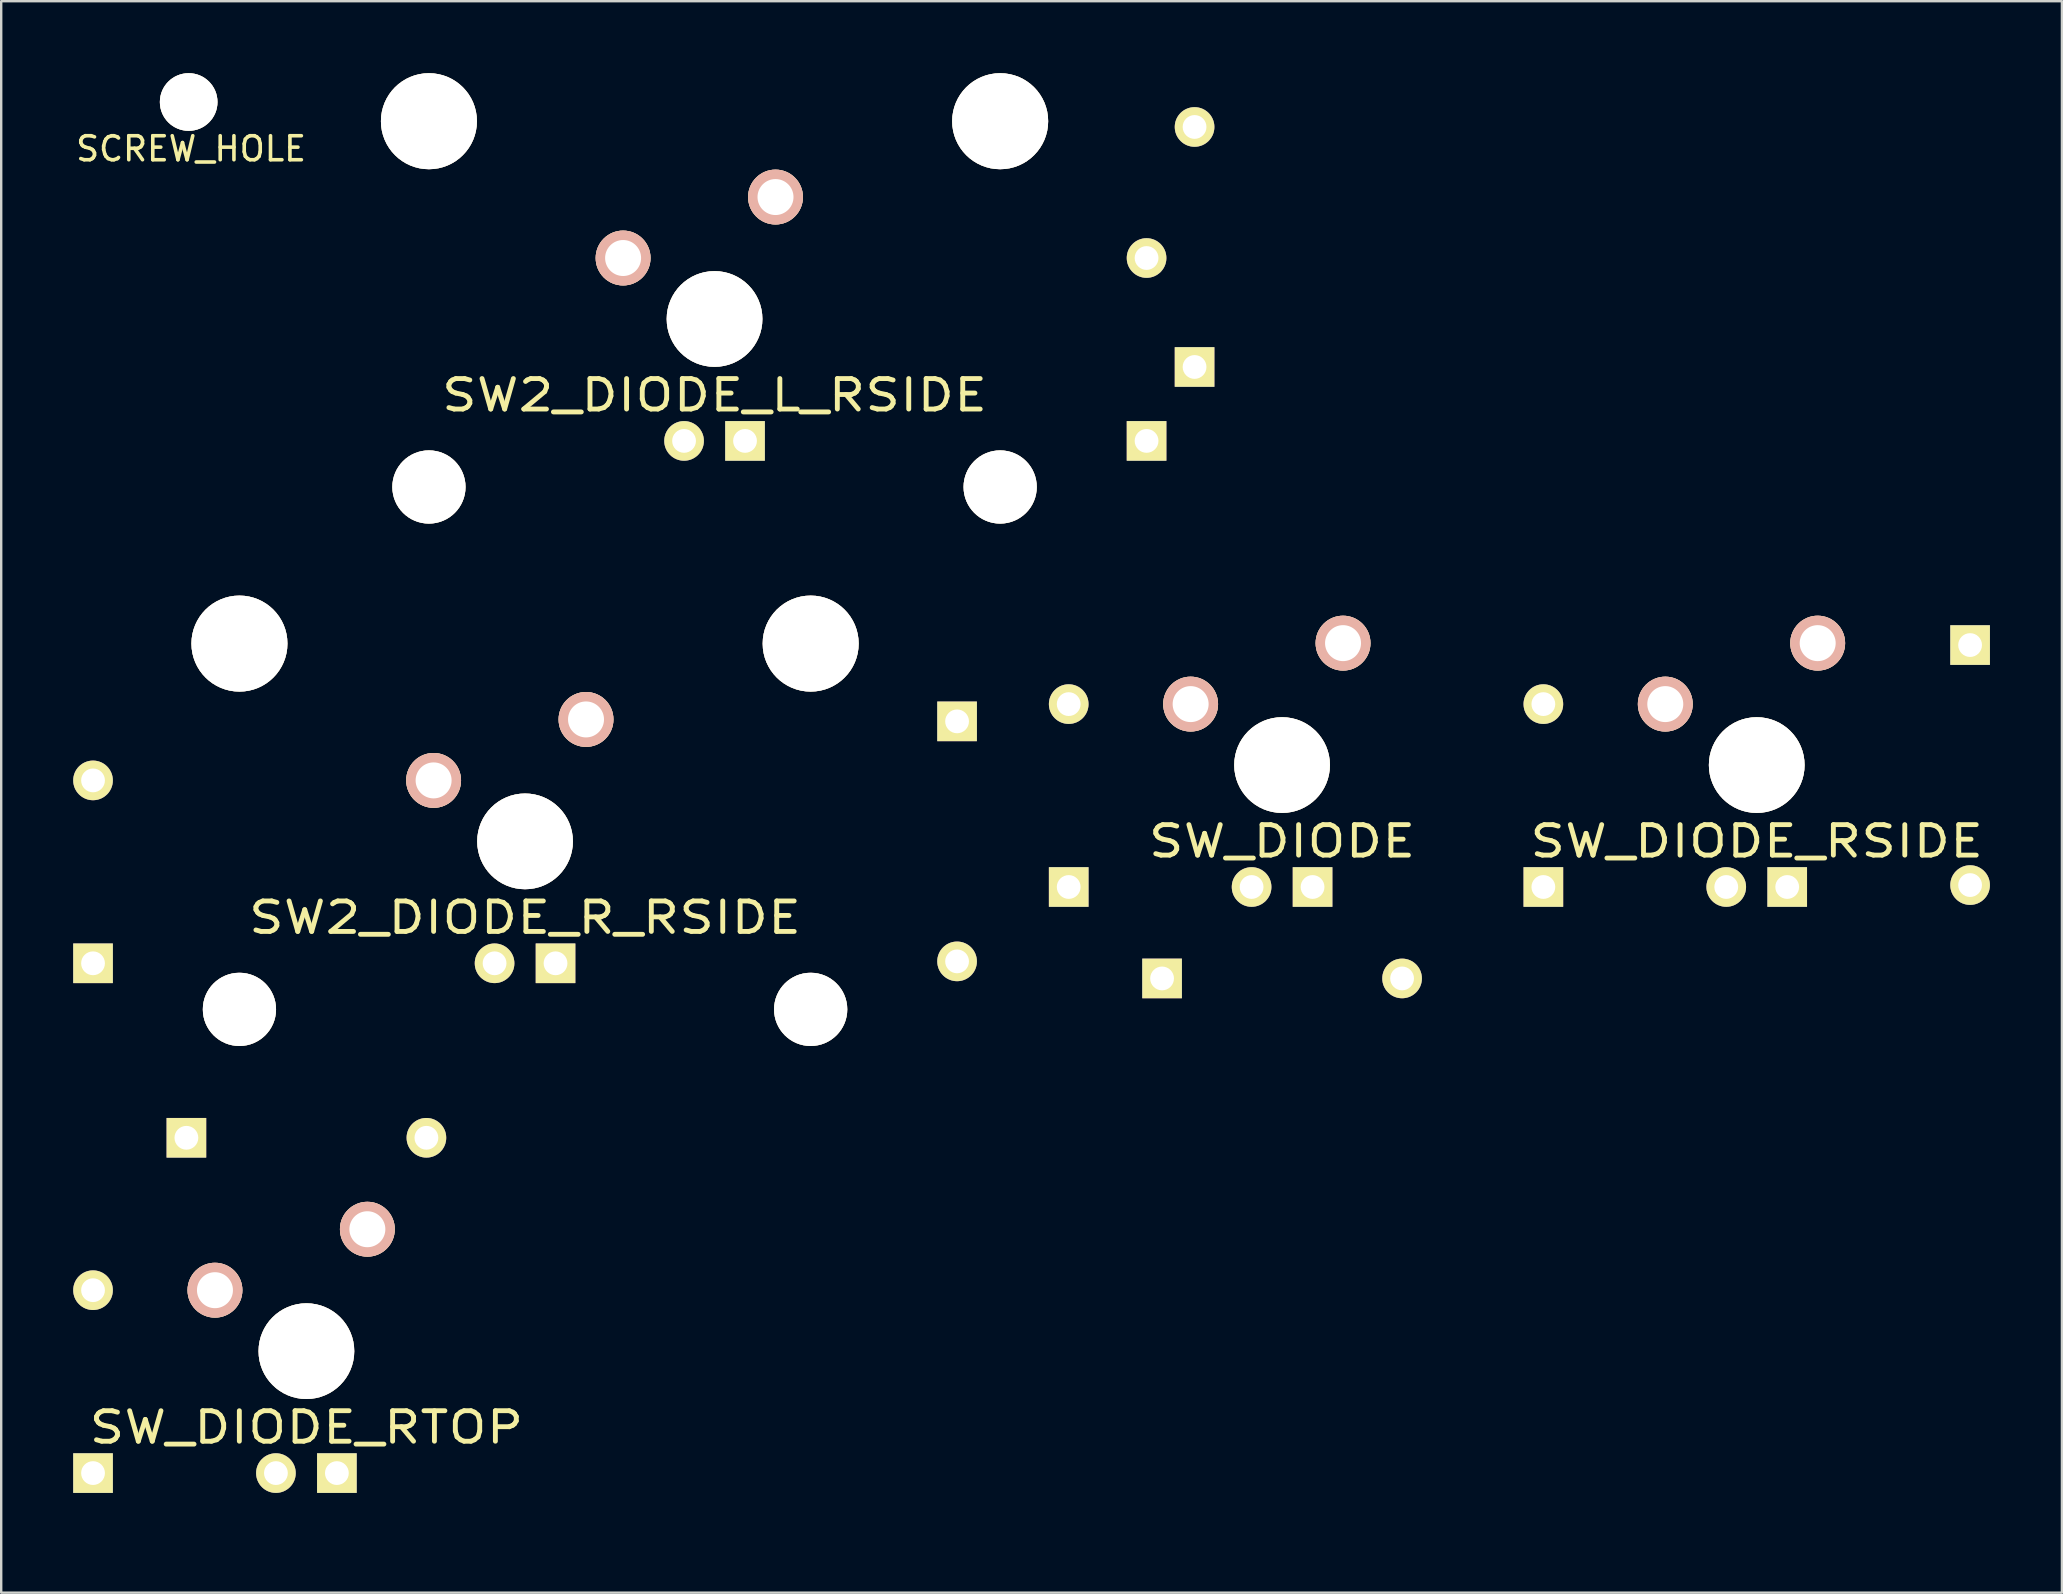
<source format=kicad_pcb>
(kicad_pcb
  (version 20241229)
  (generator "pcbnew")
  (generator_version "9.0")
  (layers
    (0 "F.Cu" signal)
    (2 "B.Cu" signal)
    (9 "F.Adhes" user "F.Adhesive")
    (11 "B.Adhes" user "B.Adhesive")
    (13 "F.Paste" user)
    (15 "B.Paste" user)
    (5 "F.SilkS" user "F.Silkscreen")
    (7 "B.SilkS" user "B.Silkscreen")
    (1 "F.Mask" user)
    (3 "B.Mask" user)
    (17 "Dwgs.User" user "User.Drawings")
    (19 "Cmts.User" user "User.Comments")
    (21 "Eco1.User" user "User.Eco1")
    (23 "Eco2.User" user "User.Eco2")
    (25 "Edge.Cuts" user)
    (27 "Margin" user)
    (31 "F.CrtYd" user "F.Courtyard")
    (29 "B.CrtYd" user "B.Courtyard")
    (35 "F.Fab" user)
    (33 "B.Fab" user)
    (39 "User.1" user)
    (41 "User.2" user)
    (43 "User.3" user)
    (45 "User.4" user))
  (footprint "SW2_DIODE_L_RSIDE"
    (layer "F.Cu")
    (at 26.721 10.24)
    (property "Reference" "SW2_DIODE_L_RSIDE" (at 0 3.175 0) (layer "F.SilkS") (effects (font (size 1.27 1.524) (thickness 0.203))))
    (attr through_hole)
    (fp_line (start -6.985 -6.985) (end 6.985 -6.985) (stroke (width 0.152) (type solid)) (layer "Eco2.User"))
    (fp_line (start -6.985 6.985) (end -6.985 -6.985) (stroke (width 0.152) (type solid)) (layer "Eco2.User"))
    (fp_line (start 6.985 -6.985) (end 6.985 6.985) (stroke (width 0.152) (type solid)) (layer "Eco2.User"))
    (fp_line (start 6.985 6.985) (end -6.985 6.985) (stroke (width 0.152) (type solid)) (layer "Eco2.User"))
    (pad "1" thru_hole circle (at 2.54 -5.08) (size 2.286 2.286) (drill 1.499) (layers "*.Cu" "*.SilkS" "*.Mask"))
    (pad "2" thru_hole circle (at -3.81 -2.54) (size 2.286 2.286) (drill 1.499) (layers "*.Cu" "*.SilkS" "*.Mask"))
    (pad "3" thru_hole circle (at 18 -2.54) (size 1.651 1.651) (drill 0.991) (layers "*.Cu" "*.Mask" "F.SilkS"))
    (pad "4" thru_hole rect (at 18 5.08) (size 1.651 1.651) (drill 0.991) (layers "*.Cu" "*.Mask" "F.SilkS"))
    (pad "5" thru_hole circle (at 20 -8) (size 1.651 1.651) (drill 0.991) (layers "*.Cu" "*.Mask" "F.SilkS"))
    (pad "6" thru_hole rect (at 20 2) (size 1.651 1.651) (drill 0.991) (layers "*.Cu" "*.Mask" "F.SilkS"))
    (pad "7" thru_hole circle (at -1.27 5.08) (size 1.651 1.651) (drill 0.991) (layers "*.Cu" "*.Mask" "F.SilkS"))
    (pad "8" thru_hole rect (at 1.27 5.08) (size 1.651 1.651) (drill 0.991) (layers "*.Cu" "*.Mask" "F.SilkS"))
    (pad "HOLE" thru_hole circle (at -11.9 -8.24) (size 4 4) (drill 4) (layers "*.Cu" "*.Mask" "F.SilkS"))
    (pad "HOLE" thru_hole circle (at -11.9 7) (size 3.05 3.05) (drill 3.05) (layers "*.Cu" "*.Mask" "F.SilkS"))
    (pad "HOLE" thru_hole circle (at 0 0) (size 3.988 3.988) (drill 3.988) (layers "*.Cu" "*.Mask" "F.SilkS"))
    (pad "HOLE" thru_hole circle (at 11.9 -8.24) (size 4 4) (drill 4) (layers "*.Cu" "*.Mask" "F.SilkS"))
    (pad "HOLE" thru_hole circle (at 11.9 7) (size 3.05 3.05) (drill 3.05) (layers "*.Cu" "*.Mask" "F.SilkS")))
  (footprint "SW_DIODE_RSIDE"
    (layer "F.Cu")
    (at 70.143 28.826)
    (property "Reference" "SW_DIODE_RSIDE" (at 0 3.175 0) (layer "F.SilkS") (effects (font (size 1.27 1.524) (thickness 0.203))))
    (attr through_hole)
    (fp_line (start -6.985 -6.985) (end 6.985 -6.985) (stroke (width 0.152) (type solid)) (layer "Eco2.User"))
    (fp_line (start -6.985 6.985) (end -6.985 -6.985) (stroke (width 0.152) (type solid)) (layer "Eco2.User"))
    (fp_line (start 6.985 -6.985) (end 6.985 6.985) (stroke (width 0.152) (type solid)) (layer "Eco2.User"))
    (fp_line (start 6.985 6.985) (end -6.985 6.985) (stroke (width 0.152) (type solid)) (layer "Eco2.User"))
    (pad "1" thru_hole circle (at 2.54 -5.08) (size 2.286 2.286) (drill 1.499) (layers "*.Cu" "*.SilkS" "*.Mask"))
    (pad "2" thru_hole circle (at -3.81 -2.54) (size 2.286 2.286) (drill 1.499) (layers "*.Cu" "*.SilkS" "*.Mask"))
    (pad "3" thru_hole circle (at -8.89 -2.54) (size 1.651 1.651) (drill 0.991) (layers "*.Cu" "*.Mask" "F.SilkS"))
    (pad "4" thru_hole rect (at -8.89 5.08) (size 1.651 1.651) (drill 0.991) (layers "*.Cu" "*.Mask" "F.SilkS"))
    (pad "5" thru_hole circle (at 8.89 5) (size 1.651 1.651) (drill 0.991) (layers "*.Cu" "*.Mask" "F.SilkS"))
    (pad "6" thru_hole rect (at 8.89 -5) (size 1.651 1.651) (drill 0.991) (layers "*.Cu" "*.Mask" "F.SilkS"))
    (pad "7" thru_hole circle (at -1.27 5.08) (size 1.651 1.651) (drill 0.991) (layers "*.Cu" "*.Mask" "F.SilkS"))
    (pad "8" thru_hole rect (at 1.27 5.08) (size 1.651 1.651) (drill 0.991) (layers "*.Cu" "*.Mask" "F.SilkS"))
    (pad "HOLE" thru_hole circle (at 0 0) (size 3.988 3.988) (drill 3.988) (layers "*.Cu" "*.Mask" "F.SilkS")))
  (footprint "SCREW_HOLE"
    (layer "F.Cu")
    (at 4.811 1.2)
    (property "Reference" "SCREW_HOLE" (at 0.1 1.95 0) (layer "F.SilkS") (effects (font (size 1 1) (thickness 0.15))))
    (attr through_hole)
    (pad "HOLE" thru_hole circle (at 0 0) (size 2.4 2.4) (drill 2.4) (layers "*.Cu" "*.Mask" "F.SilkS")))
  (footprint "SW2_DIODE_R_RSIDE"
    (layer "F.Cu")
    (at 18.826 32.005)
    (property "Reference" "SW2_DIODE_R_RSIDE" (at 0 3.175 0) (layer "F.SilkS") (effects (font (size 1.27 1.524) (thickness 0.203))))
    (attr through_hole)
    (fp_line (start -6.985 -6.985) (end 6.985 -6.985) (stroke (width 0.152) (type solid)) (layer "Eco2.User"))
    (fp_line (start -6.985 6.985) (end -6.985 -6.985) (stroke (width 0.152) (type solid)) (layer "Eco2.User"))
    (fp_line (start 6.985 -6.985) (end 6.985 6.985) (stroke (width 0.152) (type solid)) (layer "Eco2.User"))
    (fp_line (start 6.985 6.985) (end -6.985 6.985) (stroke (width 0.152) (type solid)) (layer "Eco2.User"))
    (pad "1" thru_hole circle (at 2.54 -5.08) (size 2.286 2.286) (drill 1.499) (layers "*.Cu" "*.SilkS" "*.Mask"))
    (pad "2" thru_hole circle (at -3.81 -2.54) (size 2.286 2.286) (drill 1.499) (layers "*.Cu" "*.SilkS" "*.Mask"))
    (pad "3" thru_hole circle (at -18 -2.54) (size 1.651 1.651) (drill 0.991) (layers "*.Cu" "*.Mask" "F.SilkS"))
    (pad "4" thru_hole rect (at -18 5.08) (size 1.651 1.651) (drill 0.991) (layers "*.Cu" "*.Mask" "F.SilkS"))
    (pad "5" thru_hole circle (at 18 5) (size 1.651 1.651) (drill 0.991) (layers "*.Cu" "*.Mask" "F.SilkS"))
    (pad "6" thru_hole rect (at 18 -5) (size 1.651 1.651) (drill 0.991) (layers "*.Cu" "*.Mask" "F.SilkS"))
    (pad "7" thru_hole circle (at -1.27 5.08) (size 1.651 1.651) (drill 0.991) (layers "*.Cu" "*.Mask" "F.SilkS"))
    (pad "8" thru_hole rect (at 1.27 5.08) (size 1.651 1.651) (drill 0.991) (layers "*.Cu" "*.Mask" "F.SilkS"))
    (pad "HOLE" thru_hole circle (at -11.9 -8.24) (size 4 4) (drill 4) (layers "*.Cu" "*.Mask" "F.SilkS"))
    (pad "HOLE" thru_hole circle (at -11.9 7) (size 3.05 3.05) (drill 3.05) (layers "*.Cu" "*.Mask" "F.SilkS"))
    (pad "HOLE" thru_hole circle (at 0 0) (size 3.988 3.988) (drill 3.988) (layers "*.Cu" "*.Mask" "F.SilkS"))
    (pad "HOLE" thru_hole circle (at 11.9 -8.24) (size 4 4) (drill 4) (layers "*.Cu" "*.Mask" "F.SilkS"))
    (pad "HOLE" thru_hole circle (at 11.9 7) (size 3.05 3.05) (drill 3.05) (layers "*.Cu" "*.Mask" "F.SilkS")))
  (footprint "SW_DIODE"
    (layer "F.Cu")
    (at 50.367 28.826)
    (property "Reference" "SW_DIODE" (at 0 3.175 0) (layer "F.SilkS") (effects (font (size 1.27 1.524) (thickness 0.203))))
    (attr through_hole)
    (fp_line (start -6.985 -6.985) (end 6.985 -6.985) (stroke (width 0.152) (type solid)) (layer "Eco2.User"))
    (fp_line (start -6.985 6.985) (end -6.985 -6.985) (stroke (width 0.152) (type solid)) (layer "Eco2.User"))
    (fp_line (start 6.985 -6.985) (end 6.985 6.985) (stroke (width 0.152) (type solid)) (layer "Eco2.User"))
    (fp_line (start 6.985 6.985) (end -6.985 6.985) (stroke (width 0.152) (type solid)) (layer "Eco2.User"))
    (pad "1" thru_hole circle (at 2.54 -5.08) (size 2.286 2.286) (drill 1.499) (layers "*.Cu" "*.SilkS" "*.Mask"))
    (pad "2" thru_hole circle (at -3.81 -2.54) (size 2.286 2.286) (drill 1.499) (layers "*.Cu" "*.SilkS" "*.Mask"))
    (pad "3" thru_hole circle (at -8.89 -2.54) (size 1.651 1.651) (drill 0.991) (layers "*.Cu" "*.Mask" "F.SilkS"))
    (pad "4" thru_hole rect (at -8.89 5.08) (size 1.651 1.651) (drill 0.991) (layers "*.Cu" "*.Mask" "F.SilkS"))
    (pad "5" thru_hole circle (at 5 8.89) (size 1.651 1.651) (drill 0.991) (layers "*.Cu" "*.Mask" "F.SilkS"))
    (pad "6" thru_hole rect (at -5 8.89) (size 1.651 1.651) (drill 0.991) (layers "*.Cu" "*.Mask" "F.SilkS"))
    (pad "7" thru_hole circle (at -1.27 5.08) (size 1.651 1.651) (drill 0.991) (layers "*.Cu" "*.Mask" "F.SilkS"))
    (pad "8" thru_hole rect (at 1.27 5.08) (size 1.651 1.651) (drill 0.991) (layers "*.Cu" "*.Mask" "F.SilkS"))
    (pad "HOLE" thru_hole circle (at 0 0) (size 3.988 3.988) (drill 3.988) (layers "*.Cu" "*.Mask" "F.SilkS")))
  (footprint "SW_DIODE_RTOP"
    (layer "F.Cu")
    (at 9.716 53.245)
    (property "Reference" "SW_DIODE_RTOP" (at 0 3.175 0) (layer "F.SilkS") (effects (font (size 1.27 1.524) (thickness 0.203))))
    (attr through_hole)
    (fp_line (start -6.985 -6.985) (end 6.985 -6.985) (stroke (width 0.152) (type solid)) (layer "Eco2.User"))
    (fp_line (start -6.985 6.985) (end -6.985 -6.985) (stroke (width 0.152) (type solid)) (layer "Eco2.User"))
    (fp_line (start 6.985 -6.985) (end 6.985 6.985) (stroke (width 0.152) (type solid)) (layer "Eco2.User"))
    (fp_line (start 6.985 6.985) (end -6.985 6.985) (stroke (width 0.152) (type solid)) (layer "Eco2.User"))
    (pad "1" thru_hole circle (at 2.54 -5.08) (size 2.286 2.286) (drill 1.499) (layers "*.Cu" "*.SilkS" "*.Mask"))
    (pad "2" thru_hole circle (at -3.81 -2.54) (size 2.286 2.286) (drill 1.499) (layers "*.Cu" "*.SilkS" "*.Mask"))
    (pad "3" thru_hole circle (at -8.89 -2.54) (size 1.651 1.651) (drill 0.991) (layers "*.Cu" "*.Mask" "F.SilkS"))
    (pad "4" thru_hole rect (at -8.89 5.08) (size 1.651 1.651) (drill 0.991) (layers "*.Cu" "*.Mask" "F.SilkS"))
    (pad "5" thru_hole circle (at 5 -8.89) (size 1.651 1.651) (drill 0.991) (layers "*.Cu" "*.Mask" "F.SilkS"))
    (pad "6" thru_hole rect (at -5 -8.89) (size 1.651 1.651) (drill 0.991) (layers "*.Cu" "*.Mask" "F.SilkS"))
    (pad "7" thru_hole circle (at -1.27 5.08) (size 1.651 1.651) (drill 0.991) (layers "*.Cu" "*.Mask" "F.SilkS"))
    (pad "8" thru_hole rect (at 1.27 5.08) (size 1.651 1.651) (drill 0.991) (layers "*.Cu" "*.Mask" "F.SilkS"))
    (pad "HOLE" thru_hole circle (at 0 0) (size 3.988 3.988) (drill 3.988) (layers "*.Cu" "*.Mask" "F.SilkS")))
  (gr_rect
    (start -3 -3)
    (end 82.859 63.307)
    (stroke (width 0.1) (type default))
    (fill no)
    (layer "Edge.Cuts")))
</source>
